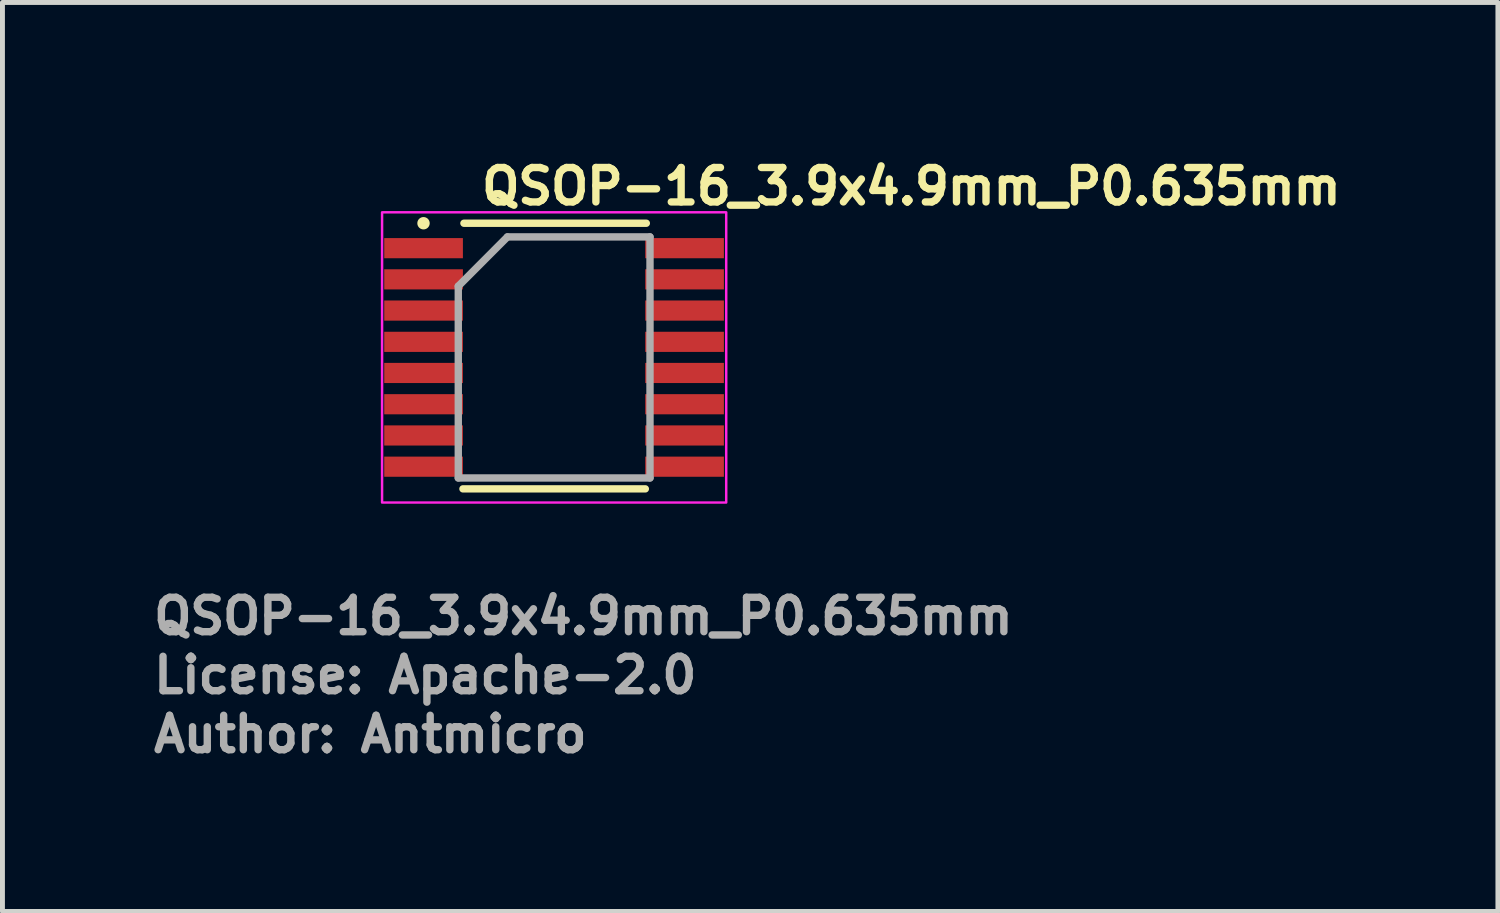
<source format=kicad_pcb>
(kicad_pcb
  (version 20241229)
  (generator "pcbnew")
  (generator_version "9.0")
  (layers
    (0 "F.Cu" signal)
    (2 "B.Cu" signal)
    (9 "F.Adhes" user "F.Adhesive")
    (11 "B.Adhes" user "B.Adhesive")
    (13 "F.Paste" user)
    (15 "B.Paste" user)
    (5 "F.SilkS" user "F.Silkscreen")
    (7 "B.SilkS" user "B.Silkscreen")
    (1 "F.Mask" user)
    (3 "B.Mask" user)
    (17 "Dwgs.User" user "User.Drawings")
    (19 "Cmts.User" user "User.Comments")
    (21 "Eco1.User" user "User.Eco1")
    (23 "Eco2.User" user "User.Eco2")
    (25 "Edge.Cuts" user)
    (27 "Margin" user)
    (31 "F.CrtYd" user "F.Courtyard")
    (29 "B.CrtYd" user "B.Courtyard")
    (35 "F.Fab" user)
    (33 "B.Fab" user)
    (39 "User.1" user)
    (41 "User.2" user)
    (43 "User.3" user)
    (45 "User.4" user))
  (footprint "QSOP-16_3.9x4.9mm_P0.635mm"
    (layer "F.Cu")
    (at 8.22 4.22)
    (property "Reference" "QSOP-16_3.9x4.9mm_P0.635mm" (at -1.55 -3.07 0) (layer "F.SilkS") (effects (font (size 0.7 0.7) (thickness 0.15)) (justify left bottom)))
    (attr smd)
    (fp_line (start -1.855 2.672) (end 1.854 2.672) (stroke (width 0.15) (type solid)) (layer "F.SilkS"))
    (fp_line (start -1.835 -2.73) (end 1.874 -2.73) (stroke (width 0.15) (type solid)) (layer "F.SilkS"))
    (fp_circle (center -2.657 -2.73) (end -2.606 -2.73) (stroke (width 0.15) (type solid)) (fill yes) (layer "F.SilkS"))
    (fp_rect (start -3.5 -2.952) (end 3.499 2.95) (stroke (width 0.05) (type solid)) (fill no) (layer "F.CrtYd"))
    (fp_line (start -1.95 -1.45) (end -0.951 -2.452) (stroke (width 0.15) (type solid)) (layer "F.Fab"))
    (fp_line (start -1.95 2.45) (end -1.95 -1.45) (stroke (width 0.15) (type solid)) (layer "F.Fab"))
    (fp_line (start -0.951 -2.452) (end 1.949 -2.452) (stroke (width 0.15) (type solid)) (layer "F.Fab"))
    (fp_line (start 1.949 -2.452) (end 1.949 2.45) (stroke (width 0.15) (type solid)) (layer "F.Fab"))
    (fp_line (start 1.949 2.45) (end -1.95 2.45) (stroke (width 0.15) (type solid)) (layer "F.Fab"))
    (fp_rect (start -3 -2.452) (end 2.999 2.45) (stroke (width 0.1) (type solid)) (fill no) (layer "User.5"))
    (fp_line (start -3 -2.348) (end -2.57 -2.348) (stroke (width 0.02) (type solid)) (layer "User.9"))
    (fp_line (start -3 -2.098) (end -3 -2.348) (stroke (width 0.02) (type solid)) (layer "User.9"))
    (fp_line (start -3 -2.098) (end -2.57 -2.098) (stroke (width 0.02) (type solid)) (layer "User.9"))
    (fp_line (start -3 -1.714) (end -2.57 -1.714) (stroke (width 0.02) (type solid)) (layer "User.9"))
    (fp_line (start -3 -1.464) (end -3 -1.714) (stroke (width 0.02) (type solid)) (layer "User.9"))
    (fp_line (start -3 -1.464) (end -2.57 -1.464) (stroke (width 0.02) (type solid)) (layer "User.9"))
    (fp_line (start -3 -1.079) (end -2.57 -1.079) (stroke (width 0.02) (type solid)) (layer "User.9"))
    (fp_line (start -3 -0.829) (end -3 -1.079) (stroke (width 0.02) (type solid)) (layer "User.9"))
    (fp_line (start -3 -0.829) (end -2.57 -0.829) (stroke (width 0.02) (type solid)) (layer "User.9"))
    (fp_line (start -3 -0.443) (end -2.57 -0.443) (stroke (width 0.02) (type solid)) (layer "User.9"))
    (fp_line (start -3 -0.194) (end -3 -0.443) (stroke (width 0.02) (type solid)) (layer "User.9"))
    (fp_line (start -3 -0.194) (end -2.57 -0.194) (stroke (width 0.02) (type solid)) (layer "User.9"))
    (fp_line (start -3 0.192) (end -2.57 0.192) (stroke (width 0.02) (type solid)) (layer "User.9"))
    (fp_line (start -3 0.441) (end -3 0.192) (stroke (width 0.02) (type solid)) (layer "User.9"))
    (fp_line (start -3 0.441) (end -2.57 0.441) (stroke (width 0.02) (type solid)) (layer "User.9"))
    (fp_line (start -3 0.827) (end -2.57 0.827) (stroke (width 0.02) (type solid)) (layer "User.9"))
    (fp_line (start -3 1.076) (end -3 0.827) (stroke (width 0.02) (type solid)) (layer "User.9"))
    (fp_line (start -3 1.076) (end -2.57 1.076) (stroke (width 0.02) (type solid)) (layer "User.9"))
    (fp_line (start -3 1.461) (end -2.57 1.461) (stroke (width 0.02) (type solid)) (layer "User.9"))
    (fp_line (start -3 1.711) (end -3 1.461) (stroke (width 0.02) (type solid)) (layer "User.9"))
    (fp_line (start -3 1.711) (end -2.57 1.711) (stroke (width 0.02) (type solid)) (layer "User.9"))
    (fp_line (start -3 2.096) (end -2.57 2.096) (stroke (width 0.02) (type solid)) (layer "User.9"))
    (fp_line (start -3 2.346) (end -3 2.096) (stroke (width 0.02) (type solid)) (layer "User.9"))
    (fp_line (start -3 2.346) (end -2.57 2.346) (stroke (width 0.02) (type solid)) (layer "User.9"))
    (fp_line (start -2.57 -2.348) (end -2.472 -2.348) (stroke (width 0.02) (type solid)) (layer "User.9"))
    (fp_line (start -2.57 -2.098) (end -2.472 -2.098) (stroke (width 0.02) (type solid)) (layer "User.9"))
    (fp_line (start -2.57 -1.714) (end -2.472 -1.714) (stroke (width 0.02) (type solid)) (layer "User.9"))
    (fp_line (start -2.57 -1.464) (end -2.472 -1.464) (stroke (width 0.02) (type solid)) (layer "User.9"))
    (fp_line (start -2.57 -1.079) (end -2.472 -1.079) (stroke (width 0.02) (type solid)) (layer "User.9"))
    (fp_line (start -2.57 -0.829) (end -2.472 -0.829) (stroke (width 0.02) (type solid)) (layer "User.9"))
    (fp_line (start -2.57 -0.443) (end -2.472 -0.443) (stroke (width 0.02) (type solid)) (layer "User.9"))
    (fp_line (start -2.57 -0.194) (end -2.472 -0.194) (stroke (width 0.02) (type solid)) (layer "User.9"))
    (fp_line (start -2.57 0.192) (end -2.472 0.192) (stroke (width 0.02) (type solid)) (layer "User.9"))
    (fp_line (start -2.57 0.441) (end -2.472 0.441) (stroke (width 0.02) (type solid)) (layer "User.9"))
    (fp_line (start -2.57 0.827) (end -2.472 0.827) (stroke (width 0.02) (type solid)) (layer "User.9"))
    (fp_line (start -2.57 1.076) (end -2.472 1.076) (stroke (width 0.02) (type solid)) (layer "User.9"))
    (fp_line (start -2.57 1.461) (end -2.472 1.461) (stroke (width 0.02) (type solid)) (layer "User.9"))
    (fp_line (start -2.57 1.711) (end -2.472 1.711) (stroke (width 0.02) (type solid)) (layer "User.9"))
    (fp_line (start -2.57 2.096) (end -2.472 2.096) (stroke (width 0.02) (type solid)) (layer "User.9"))
    (fp_line (start -2.57 2.346) (end -2.472 2.346) (stroke (width 0.02) (type solid)) (layer "User.9"))
    (fp_line (start -2.472 -2.348) (end -2.378 -2.348) (stroke (width 0.02) (type solid)) (layer "User.9"))
    (fp_line (start -2.472 -2.098) (end -2.472 -2.348) (stroke (width 0.02) (type solid)) (layer "User.9"))
    (fp_line (start -2.472 -2.098) (end -2.472 -2.348) (stroke (width 0.02) (type solid)) (layer "User.9"))
    (fp_line (start -2.472 -2.098) (end -2.378 -2.098) (stroke (width 0.02) (type solid)) (layer "User.9"))
    (fp_line (start -2.472 -1.714) (end -2.378 -1.714) (stroke (width 0.02) (type solid)) (layer "User.9"))
    (fp_line (start -2.472 -1.464) (end -2.472 -1.714) (stroke (width 0.02) (type solid)) (layer "User.9"))
    (fp_line (start -2.472 -1.464) (end -2.472 -1.714) (stroke (width 0.02) (type solid)) (layer "User.9"))
    (fp_line (start -2.472 -1.464) (end -2.378 -1.464) (stroke (width 0.02) (type solid)) (layer "User.9"))
    (fp_line (start -2.472 -1.079) (end -2.378 -1.079) (stroke (width 0.02) (type solid)) (layer "User.9"))
    (fp_line (start -2.472 -0.829) (end -2.472 -1.079) (stroke (width 0.02) (type solid)) (layer "User.9"))
    (fp_line (start -2.472 -0.829) (end -2.472 -1.079) (stroke (width 0.02) (type solid)) (layer "User.9"))
    (fp_line (start -2.472 -0.829) (end -2.378 -0.829) (stroke (width 0.02) (type solid)) (layer "User.9"))
    (fp_line (start -2.472 -0.443) (end -2.378 -0.443) (stroke (width 0.02) (type solid)) (layer "User.9"))
    (fp_line (start -2.472 -0.194) (end -2.472 -0.443) (stroke (width 0.02) (type solid)) (layer "User.9"))
    (fp_line (start -2.472 -0.194) (end -2.472 -0.443) (stroke (width 0.02) (type solid)) (layer "User.9"))
    (fp_line (start -2.472 -0.194) (end -2.378 -0.194) (stroke (width 0.02) (type solid)) (layer "User.9"))
    (fp_line (start -2.472 0.192) (end -2.378 0.192) (stroke (width 0.02) (type solid)) (layer "User.9"))
    (fp_line (start -2.472 0.441) (end -2.472 0.192) (stroke (width 0.02) (type solid)) (layer "User.9"))
    (fp_line (start -2.472 0.441) (end -2.472 0.192) (stroke (width 0.02) (type solid)) (layer "User.9"))
    (fp_line (start -2.472 0.441) (end -2.378 0.441) (stroke (width 0.02) (type solid)) (layer "User.9"))
    (fp_line (start -2.472 0.827) (end -2.378 0.827) (stroke (width 0.02) (type solid)) (layer "User.9"))
    (fp_line (start -2.472 1.076) (end -2.472 0.827) (stroke (width 0.02) (type solid)) (layer "User.9"))
    (fp_line (start -2.472 1.076) (end -2.472 0.827) (stroke (width 0.02) (type solid)) (layer "User.9"))
    (fp_line (start -2.472 1.076) (end -2.378 1.076) (stroke (width 0.02) (type solid)) (layer "User.9"))
    (fp_line (start -2.472 1.461) (end -2.378 1.461) (stroke (width 0.02) (type solid)) (layer "User.9"))
    (fp_line (start -2.472 1.711) (end -2.472 1.461) (stroke (width 0.02) (type solid)) (layer "User.9"))
    (fp_line (start -2.472 1.711) (end -2.472 1.461) (stroke (width 0.02) (type solid)) (layer "User.9"))
    (fp_line (start -2.472 1.711) (end -2.378 1.711) (stroke (width 0.02) (type solid)) (layer "User.9"))
    (fp_line (start -2.472 2.096) (end -2.378 2.096) (stroke (width 0.02) (type solid)) (layer "User.9"))
    (fp_line (start -2.472 2.346) (end -2.472 2.096) (stroke (width 0.02) (type solid)) (layer "User.9"))
    (fp_line (start -2.472 2.346) (end -2.378 2.346) (stroke (width 0.02) (type solid)) (layer "User.9"))
    (fp_line (start -2.378 -2.348) (end -2.378 -2.348) (stroke (width 0.02) (type solid)) (layer "User.9"))
    (fp_line (start -2.378 -2.348) (end -2.15 -2.348) (stroke (width 0.02) (type solid)) (layer "User.9"))
    (fp_line (start -2.378 -2.098) (end -2.378 -2.098) (stroke (width 0.02) (type solid)) (layer "User.9"))
    (fp_line (start -2.378 -2.098) (end -2.15 -2.098) (stroke (width 0.02) (type solid)) (layer "User.9"))
    (fp_line (start -2.378 -1.714) (end -2.378 -1.714) (stroke (width 0.02) (type solid)) (layer "User.9"))
    (fp_line (start -2.378 -1.714) (end -2.15 -1.714) (stroke (width 0.02) (type solid)) (layer "User.9"))
    (fp_line (start -2.378 -1.464) (end -2.378 -1.464) (stroke (width 0.02) (type solid)) (layer "User.9"))
    (fp_line (start -2.378 -1.464) (end -2.15 -1.464) (stroke (width 0.02) (type solid)) (layer "User.9"))
    (fp_line (start -2.378 -1.079) (end -2.378 -1.079) (stroke (width 0.02) (type solid)) (layer "User.9"))
    (fp_line (start -2.378 -1.079) (end -2.15 -1.079) (stroke (width 0.02) (type solid)) (layer "User.9"))
    (fp_line (start -2.378 -0.829) (end -2.378 -0.829) (stroke (width 0.02) (type solid)) (layer "User.9"))
    (fp_line (start -2.378 -0.829) (end -2.15 -0.829) (stroke (width 0.02) (type solid)) (layer "User.9"))
    (fp_line (start -2.378 -0.443) (end -2.378 -0.443) (stroke (width 0.02) (type solid)) (layer "User.9"))
    (fp_line (start -2.378 -0.443) (end -2.15 -0.443) (stroke (width 0.02) (type solid)) (layer "User.9"))
    (fp_line (start -2.378 -0.194) (end -2.378 -0.194) (stroke (width 0.02) (type solid)) (layer "User.9"))
    (fp_line (start -2.378 -0.194) (end -2.15 -0.194) (stroke (width 0.02) (type solid)) (layer "User.9"))
    (fp_line (start -2.378 0.192) (end -2.378 0.192) (stroke (width 0.02) (type solid)) (layer "User.9"))
    (fp_line (start -2.378 0.192) (end -2.15 0.192) (stroke (width 0.02) (type solid)) (layer "User.9"))
    (fp_line (start -2.378 0.441) (end -2.378 0.441) (stroke (width 0.02) (type solid)) (layer "User.9"))
    (fp_line (start -2.378 0.441) (end -2.15 0.441) (stroke (width 0.02) (type solid)) (layer "User.9"))
    (fp_line (start -2.378 0.827) (end -2.378 0.827) (stroke (width 0.02) (type solid)) (layer "User.9"))
    (fp_line (start -2.378 0.827) (end -2.15 0.827) (stroke (width 0.02) (type solid)) (layer "User.9"))
    (fp_line (start -2.378 1.076) (end -2.378 1.076) (stroke (width 0.02) (type solid)) (layer "User.9"))
    (fp_line (start -2.378 1.076) (end -2.15 1.076) (stroke (width 0.02) (type solid)) (layer "User.9"))
    (fp_line (start -2.378 1.461) (end -2.378 1.461) (stroke (width 0.02) (type solid)) (layer "User.9"))
    (fp_line (start -2.378 1.461) (end -2.15 1.461) (stroke (width 0.02) (type solid)) (layer "User.9"))
    (fp_line (start -2.378 1.711) (end -2.378 1.711) (stroke (width 0.02) (type solid)) (layer "User.9"))
    (fp_line (start -2.378 1.711) (end -2.15 1.711) (stroke (width 0.02) (type solid)) (layer "User.9"))
    (fp_line (start -2.378 2.096) (end -2.378 2.096) (stroke (width 0.02) (type solid)) (layer "User.9"))
    (fp_line (start -2.378 2.096) (end -2.15 2.096) (stroke (width 0.02) (type solid)) (layer "User.9"))
    (fp_line (start -2.378 2.346) (end -2.378 2.346) (stroke (width 0.02) (type solid)) (layer "User.9"))
    (fp_line (start -2.378 2.346) (end -2.15 2.346) (stroke (width 0.02) (type solid)) (layer "User.9"))
    (fp_line (start -2.15 -2.348) (end -1.95 -2.348) (stroke (width 0.02) (type solid)) (layer "User.9"))
    (fp_line (start -2.15 -2.098) (end -1.95 -2.098) (stroke (width 0.02) (type solid)) (layer "User.9"))
    (fp_line (start -2.15 -1.714) (end -1.95 -1.714) (stroke (width 0.02) (type solid)) (layer "User.9"))
    (fp_line (start -2.15 -1.464) (end -1.95 -1.464) (stroke (width 0.02) (type solid)) (layer "User.9"))
    (fp_line (start -2.15 -1.079) (end -1.95 -1.079) (stroke (width 0.02) (type solid)) (layer "User.9"))
    (fp_line (start -2.15 -0.829) (end -1.95 -0.829) (stroke (width 0.02) (type solid)) (layer "User.9"))
    (fp_line (start -2.15 -0.443) (end -1.95 -0.443) (stroke (width 0.02) (type solid)) (layer "User.9"))
    (fp_line (start -2.15 -0.194) (end -1.95 -0.194) (stroke (width 0.02) (type solid)) (layer "User.9"))
    (fp_line (start -2.15 0.192) (end -1.95 0.192) (stroke (width 0.02) (type solid)) (layer "User.9"))
    (fp_line (start -2.15 0.441) (end -1.95 0.441) (stroke (width 0.02) (type solid)) (layer "User.9"))
    (fp_line (start -2.15 0.827) (end -1.95 0.827) (stroke (width 0.02) (type solid)) (layer "User.9"))
    (fp_line (start -2.15 1.076) (end -1.95 1.076) (stroke (width 0.02) (type solid)) (layer "User.9"))
    (fp_line (start -2.15 1.461) (end -1.95 1.461) (stroke (width 0.02) (type solid)) (layer "User.9"))
    (fp_line (start -2.15 1.711) (end -1.95 1.711) (stroke (width 0.02) (type solid)) (layer "User.9"))
    (fp_line (start -2.15 2.096) (end -1.95 2.096) (stroke (width 0.02) (type solid)) (layer "User.9"))
    (fp_line (start -2.15 2.346) (end -1.95 2.346) (stroke (width 0.02) (type solid)) (layer "User.9"))
    (fp_line (start -1.95 -2.452) (end -1.95 -2.348) (stroke (width 0.02) (type solid)) (layer "User.9"))
    (fp_line (start -1.95 -2.452) (end -1.901 -2.4) (stroke (width 0.02) (type solid)) (layer "User.9"))
    (fp_line (start -1.95 -2.098) (end -1.95 -1.714) (stroke (width 0.02) (type solid)) (layer "User.9"))
    (fp_line (start -1.95 -1.464) (end -1.95 -1.079) (stroke (width 0.02) (type solid)) (layer "User.9"))
    (fp_line (start -1.95 -0.829) (end -1.95 -0.443) (stroke (width 0.02) (type solid)) (layer "User.9"))
    (fp_line (start -1.95 -0.194) (end -1.95 0.192) (stroke (width 0.02) (type solid)) (layer "User.9"))
    (fp_line (start -1.95 0.441) (end -1.95 0.827) (stroke (width 0.02) (type solid)) (layer "User.9"))
    (fp_line (start -1.95 1.076) (end -1.95 1.461) (stroke (width 0.02) (type solid)) (layer "User.9"))
    (fp_line (start -1.95 1.711) (end -1.95 2.096) (stroke (width 0.02) (type solid)) (layer "User.9"))
    (fp_line (start -1.95 2.346) (end -1.95 2.45) (stroke (width 0.02) (type solid)) (layer "User.9"))
    (fp_line (start -1.95 2.45) (end -1.901 2.398) (stroke (width 0.02) (type solid)) (layer "User.9"))
    (fp_line (start -1.95 2.45) (end 1.949 2.45) (stroke (width 0.02) (type solid)) (layer "User.9"))
    (fp_line (start -1.901 -2.4) (end -1.901 -2.348) (stroke (width 0.02) (type solid)) (layer "User.9"))
    (fp_line (start -1.901 -2.4) (end -1.792 -2.291) (stroke (width 0.02) (type solid)) (layer "User.9"))
    (fp_line (start -1.901 -2.348) (end -1.901 -2.098) (stroke (width 0.02) (type solid)) (layer "User.9"))
    (fp_line (start -1.901 -2.098) (end -1.901 -1.714) (stroke (width 0.02) (type solid)) (layer "User.9"))
    (fp_line (start -1.901 -1.714) (end -1.901 -1.464) (stroke (width 0.02) (type solid)) (layer "User.9"))
    (fp_line (start -1.901 -1.464) (end -1.901 -1.079) (stroke (width 0.02) (type solid)) (layer "User.9"))
    (fp_line (start -1.901 -1.079) (end -1.901 -0.829) (stroke (width 0.02) (type solid)) (layer "User.9"))
    (fp_line (start -1.901 -0.829) (end -1.901 -0.443) (stroke (width 0.02) (type solid)) (layer "User.9"))
    (fp_line (start -1.901 -0.443) (end -1.901 -0.194) (stroke (width 0.02) (type solid)) (layer "User.9"))
    (fp_line (start -1.901 -0.194) (end -1.901 0.192) (stroke (width 0.02) (type solid)) (layer "User.9"))
    (fp_line (start -1.901 0.192) (end -1.901 0.441) (stroke (width 0.02) (type solid)) (layer "User.9"))
    (fp_line (start -1.901 0.441) (end -1.901 0.827) (stroke (width 0.02) (type solid)) (layer "User.9"))
    (fp_line (start -1.901 0.827) (end -1.901 1.076) (stroke (width 0.02) (type solid)) (layer "User.9"))
    (fp_line (start -1.901 1.076) (end -1.901 1.461) (stroke (width 0.02) (type solid)) (layer "User.9"))
    (fp_line (start -1.901 1.461) (end -1.901 1.711) (stroke (width 0.02) (type solid)) (layer "User.9"))
    (fp_line (start -1.901 1.711) (end -1.901 2.096) (stroke (width 0.02) (type solid)) (layer "User.9"))
    (fp_line (start -1.901 2.096) (end -1.901 2.346) (stroke (width 0.02) (type solid)) (layer "User.9"))
    (fp_line (start -1.901 2.346) (end -1.901 2.398) (stroke (width 0.02) (type solid)) (layer "User.9"))
    (fp_line (start -1.901 2.398) (end -1.792 2.289) (stroke (width 0.02) (type solid)) (layer "User.9"))
    (fp_line (start -1.901 2.398) (end 1.898 2.398) (stroke (width 0.02) (type solid)) (layer "User.9"))
    (fp_line (start -1.792 -2.291) (end -1.792 2.289) (stroke (width 0.02) (type solid)) (layer "User.9"))
    (fp_line (start -1.792 2.289) (end 1.789 2.289) (stroke (width 0.02) (type solid)) (layer "User.9"))
    (fp_line (start -1.341 -1.617) (end -1.341 -1.605) (stroke (width 0.02) (type solid)) (layer "User.9"))
    (fp_line (start -1.341 -1.605) (end -1.341 -1.591) (stroke (width 0.02) (type solid)) (layer "User.9"))
    (fp_line (start -1.341 -1.591) (end -1.341 -1.591) (stroke (width 0.02) (type solid)) (layer "User.9"))
    (fp_line (start -1.341 -1.591) (end -1.341 -1.579) (stroke (width 0.02) (type solid)) (layer "User.9"))
    (fp_line (start -1.341 -1.579) (end -1.341 -1.565) (stroke (width 0.02) (type solid)) (layer "User.9"))
    (fp_line (start -1.341 -1.565) (end -1.339 -1.553) (stroke (width 0.02) (type solid)) (layer "User.9"))
    (fp_line (start -1.339 -1.629) (end -1.341 -1.617) (stroke (width 0.02) (type solid)) (layer "User.9"))
    (fp_line (start -1.339 -1.553) (end -1.337 -1.541) (stroke (width 0.02) (type solid)) (layer "User.9"))
    (fp_line (start -1.337 -1.641) (end -1.339 -1.629) (stroke (width 0.02) (type solid)) (layer "User.9"))
    (fp_line (start -1.337 -1.541) (end -1.333 -1.53) (stroke (width 0.02) (type solid)) (layer "User.9"))
    (fp_line (start -1.333 -1.655) (end -1.337 -1.641) (stroke (width 0.02) (type solid)) (layer "User.9"))
    (fp_line (start -1.333 -1.53) (end -1.331 -1.518) (stroke (width 0.02) (type solid)) (layer "User.9"))
    (fp_line (start -1.331 -1.666) (end -1.333 -1.655) (stroke (width 0.02) (type solid)) (layer "User.9"))
    (fp_line (start -1.331 -1.518) (end -1.327 -1.506) (stroke (width 0.02) (type solid)) (layer "User.9"))
    (fp_line (start -1.327 -1.678) (end -1.331 -1.666) (stroke (width 0.02) (type solid)) (layer "User.9"))
    (fp_line (start -1.327 -1.506) (end -1.321 -1.494) (stroke (width 0.02) (type solid)) (layer "User.9"))
    (fp_line (start -1.321 -1.688) (end -1.327 -1.678) (stroke (width 0.02) (type solid)) (layer "User.9"))
    (fp_line (start -1.321 -1.494) (end -1.317 -1.484) (stroke (width 0.02) (type solid)) (layer "User.9"))
    (fp_line (start -1.317 -1.7) (end -1.321 -1.688) (stroke (width 0.02) (type solid)) (layer "User.9"))
    (fp_line (start -1.317 -1.484) (end -1.311 -1.472) (stroke (width 0.02) (type solid)) (layer "User.9"))
    (fp_line (start -1.311 -1.71) (end -1.317 -1.7) (stroke (width 0.02) (type solid)) (layer "User.9"))
    (fp_line (start -1.311 -1.472) (end -1.305 -1.462) (stroke (width 0.02) (type solid)) (layer "User.9"))
    (fp_line (start -1.305 -1.722) (end -1.311 -1.71) (stroke (width 0.02) (type solid)) (layer "User.9"))
    (fp_line (start -1.305 -1.462) (end -1.299 -1.452) (stroke (width 0.02) (type solid)) (layer "User.9"))
    (fp_line (start -1.299 -1.732) (end -1.305 -1.722) (stroke (width 0.02) (type solid)) (layer "User.9"))
    (fp_line (start -1.299 -1.452) (end -1.291 -1.442) (stroke (width 0.02) (type solid)) (layer "User.9"))
    (fp_line (start -1.291 -1.742) (end -1.299 -1.732) (stroke (width 0.02) (type solid)) (layer "User.9"))
    (fp_line (start -1.291 -1.442) (end -1.285 -1.432) (stroke (width 0.02) (type solid)) (layer "User.9"))
    (fp_line (start -1.285 -1.75) (end -1.291 -1.742) (stroke (width 0.02) (type solid)) (layer "User.9"))
    (fp_line (start -1.285 -1.432) (end -1.276 -1.424) (stroke (width 0.02) (type solid)) (layer "User.9"))
    (fp_line (start -1.276 -1.76) (end -1.285 -1.75) (stroke (width 0.02) (type solid)) (layer "User.9"))
    (fp_line (start -1.276 -1.424) (end -1.268 -1.414) (stroke (width 0.02) (type solid)) (layer "User.9"))
    (fp_line (start -1.268 -1.768) (end -1.276 -1.76) (stroke (width 0.02) (type solid)) (layer "User.9"))
    (fp_line (start -1.268 -1.414) (end -1.26 -1.407) (stroke (width 0.02) (type solid)) (layer "User.9"))
    (fp_line (start -1.26 -1.776) (end -1.268 -1.768) (stroke (width 0.02) (type solid)) (layer "User.9"))
    (fp_line (start -1.26 -1.407) (end -1.25 -1.399) (stroke (width 0.02) (type solid)) (layer "User.9"))
    (fp_line (start -1.25 -1.784) (end -1.26 -1.776) (stroke (width 0.02) (type solid)) (layer "User.9"))
    (fp_line (start -1.25 -1.399) (end -1.242 -1.391) (stroke (width 0.02) (type solid)) (layer "User.9"))
    (fp_line (start -1.242 -1.792) (end -1.25 -1.784) (stroke (width 0.02) (type solid)) (layer "User.9"))
    (fp_line (start -1.242 -1.391) (end -1.232 -1.385) (stroke (width 0.02) (type solid)) (layer "User.9"))
    (fp_line (start -1.232 -1.799) (end -1.242 -1.792) (stroke (width 0.02) (type solid)) (layer "User.9"))
    (fp_line (start -1.232 -1.385) (end -1.222 -1.377) (stroke (width 0.02) (type solid)) (layer "User.9"))
    (fp_line (start -1.222 -1.805) (end -1.232 -1.799) (stroke (width 0.02) (type solid)) (layer "User.9"))
    (fp_line (start -1.222 -1.377) (end -1.21 -1.371) (stroke (width 0.02) (type solid)) (layer "User.9"))
    (fp_line (start -1.21 -1.811) (end -1.222 -1.805) (stroke (width 0.02) (type solid)) (layer "User.9"))
    (fp_line (start -1.21 -1.371) (end -1.2 -1.367) (stroke (width 0.02) (type solid)) (layer "User.9"))
    (fp_line (start -1.2 -1.817) (end -1.21 -1.811) (stroke (width 0.02) (type solid)) (layer "User.9"))
    (fp_line (start -1.2 -1.367) (end -1.188 -1.361) (stroke (width 0.02) (type solid)) (layer "User.9"))
    (fp_line (start -1.188 -1.821) (end -1.2 -1.817) (stroke (width 0.02) (type solid)) (layer "User.9"))
    (fp_line (start -1.188 -1.361) (end -1.178 -1.357) (stroke (width 0.02) (type solid)) (layer "User.9"))
    (fp_line (start -1.178 -1.827) (end -1.188 -1.821) (stroke (width 0.02) (type solid)) (layer "User.9"))
    (fp_line (start -1.178 -1.357) (end -1.166 -1.353) (stroke (width 0.02) (type solid)) (layer "User.9"))
    (fp_line (start -1.166 -1.831) (end -1.178 -1.827) (stroke (width 0.02) (type solid)) (layer "User.9"))
    (fp_line (start -1.166 -1.353) (end -1.154 -1.349) (stroke (width 0.02) (type solid)) (layer "User.9"))
    (fp_line (start -1.154 -1.833) (end -1.166 -1.831) (stroke (width 0.02) (type solid)) (layer "User.9"))
    (fp_line (start -1.154 -1.349) (end -1.141 -1.347) (stroke (width 0.02) (type solid)) (layer "User.9"))
    (fp_line (start -1.141 -1.837) (end -1.154 -1.833) (stroke (width 0.02) (type solid)) (layer "User.9"))
    (fp_line (start -1.141 -1.347) (end -1.129 -1.345) (stroke (width 0.02) (type solid)) (layer "User.9"))
    (fp_line (start -1.129 -1.839) (end -1.141 -1.837) (stroke (width 0.02) (type solid)) (layer "User.9"))
    (fp_line (start -1.129 -1.345) (end -1.117 -1.343) (stroke (width 0.02) (type solid)) (layer "User.9"))
    (fp_line (start -1.117 -1.841) (end -1.129 -1.839) (stroke (width 0.02) (type solid)) (layer "User.9"))
    (fp_line (start -1.117 -1.343) (end -1.105 -1.341) (stroke (width 0.02) (type solid)) (layer "User.9"))
    (fp_line (start -1.105 -1.841) (end -1.117 -1.841) (stroke (width 0.02) (type solid)) (layer "User.9"))
    (fp_line (start -1.105 -1.341) (end -1.091 -1.341) (stroke (width 0.02) (type solid)) (layer "User.9"))
    (fp_line (start -1.091 -1.841) (end -1.105 -1.841) (stroke (width 0.02) (type solid)) (layer "User.9"))
    (fp_line (start -1.091 -1.841) (end -1.091 -1.841) (stroke (width 0.02) (type solid)) (layer "User.9"))
    (fp_line (start -1.091 -1.341) (end -1.091 -1.341) (stroke (width 0.02) (type solid)) (layer "User.9"))
    (fp_line (start -1.091 -1.341) (end -1.079 -1.341) (stroke (width 0.02) (type solid)) (layer "User.9"))
    (fp_line (start -1.079 -1.841) (end -1.091 -1.841) (stroke (width 0.02) (type solid)) (layer "User.9"))
    (fp_line (start -1.079 -1.341) (end -1.065 -1.343) (stroke (width 0.02) (type solid)) (layer "User.9"))
    (fp_line (start -1.065 -1.841) (end -1.079 -1.841) (stroke (width 0.02) (type solid)) (layer "User.9"))
    (fp_line (start -1.065 -1.343) (end -1.053 -1.345) (stroke (width 0.02) (type solid)) (layer "User.9"))
    (fp_line (start -1.053 -1.839) (end -1.065 -1.841) (stroke (width 0.02) (type solid)) (layer "User.9"))
    (fp_line (start -1.053 -1.345) (end -1.041 -1.347) (stroke (width 0.02) (type solid)) (layer "User.9"))
    (fp_line (start -1.041 -1.837) (end -1.053 -1.839) (stroke (width 0.02) (type solid)) (layer "User.9"))
    (fp_line (start -1.041 -1.347) (end -1.029 -1.349) (stroke (width 0.02) (type solid)) (layer "User.9"))
    (fp_line (start -1.029 -1.833) (end -1.041 -1.837) (stroke (width 0.02) (type solid)) (layer "User.9"))
    (fp_line (start -1.029 -1.349) (end -1.018 -1.353) (stroke (width 0.02) (type solid)) (layer "User.9"))
    (fp_line (start -1.018 -1.831) (end -1.029 -1.833) (stroke (width 0.02) (type solid)) (layer "User.9"))
    (fp_line (start -1.018 -1.353) (end -1.006 -1.357) (stroke (width 0.02) (type solid)) (layer "User.9"))
    (fp_line (start -1.006 -1.827) (end -1.018 -1.831) (stroke (width 0.02) (type solid)) (layer "User.9"))
    (fp_line (start -1.006 -1.357) (end -0.994 -1.361) (stroke (width 0.02) (type solid)) (layer "User.9"))
    (fp_line (start -0.994 -1.821) (end -1.006 -1.827) (stroke (width 0.02) (type solid)) (layer "User.9"))
    (fp_line (start -0.994 -1.361) (end -0.983 -1.367) (stroke (width 0.02) (type solid)) (layer "User.9"))
    (fp_line (start -0.983 -1.817) (end -0.994 -1.821) (stroke (width 0.02) (type solid)) (layer "User.9"))
    (fp_line (start -0.983 -1.367) (end -0.972 -1.371) (stroke (width 0.02) (type solid)) (layer "User.9"))
    (fp_line (start -0.972 -1.811) (end -0.983 -1.817) (stroke (width 0.02) (type solid)) (layer "User.9"))
    (fp_line (start -0.972 -1.371) (end -0.961 -1.377) (stroke (width 0.02) (type solid)) (layer "User.9"))
    (fp_line (start -0.961 -1.805) (end -0.972 -1.811) (stroke (width 0.02) (type solid)) (layer "User.9"))
    (fp_line (start -0.961 -1.377) (end -0.952 -1.385) (stroke (width 0.02) (type solid)) (layer "User.9"))
    (fp_line (start -0.952 -1.799) (end -0.961 -1.805) (stroke (width 0.02) (type solid)) (layer "User.9"))
    (fp_line (start -0.952 -1.385) (end -0.942 -1.391) (stroke (width 0.02) (type solid)) (layer "User.9"))
    (fp_line (start -0.942 -1.792) (end -0.952 -1.799) (stroke (width 0.02) (type solid)) (layer "User.9"))
    (fp_line (start -0.942 -1.391) (end -0.933 -1.399) (stroke (width 0.02) (type solid)) (layer "User.9"))
    (fp_line (start -0.933 -1.784) (end -0.942 -1.792) (stroke (width 0.02) (type solid)) (layer "User.9"))
    (fp_line (start -0.933 -1.399) (end -0.924 -1.407) (stroke (width 0.02) (type solid)) (layer "User.9"))
    (fp_line (start -0.924 -1.776) (end -0.933 -1.784) (stroke (width 0.02) (type solid)) (layer "User.9"))
    (fp_line (start -0.924 -1.407) (end -0.915 -1.414) (stroke (width 0.02) (type solid)) (layer "User.9"))
    (fp_line (start -0.915 -1.768) (end -0.924 -1.776) (stroke (width 0.02) (type solid)) (layer "User.9"))
    (fp_line (start -0.915 -1.414) (end -0.907 -1.424) (stroke (width 0.02) (type solid)) (layer "User.9"))
    (fp_line (start -0.907 -1.76) (end -0.915 -1.768) (stroke (width 0.02) (type solid)) (layer "User.9"))
    (fp_line (start -0.907 -1.424) (end -0.899 -1.432) (stroke (width 0.02) (type solid)) (layer "User.9"))
    (fp_line (start -0.899 -1.75) (end -0.907 -1.76) (stroke (width 0.02) (type solid)) (layer "User.9"))
    (fp_line (start -0.899 -1.432) (end -0.891 -1.442) (stroke (width 0.02) (type solid)) (layer "User.9"))
    (fp_line (start -0.891 -1.742) (end -0.899 -1.75) (stroke (width 0.02) (type solid)) (layer "User.9"))
    (fp_line (start -0.891 -1.442) (end -0.884 -1.452) (stroke (width 0.02) (type solid)) (layer "User.9"))
    (fp_line (start -0.884 -1.732) (end -0.891 -1.742) (stroke (width 0.02) (type solid)) (layer "User.9"))
    (fp_line (start -0.884 -1.452) (end -0.877 -1.462) (stroke (width 0.02) (type solid)) (layer "User.9"))
    (fp_line (start -0.877 -1.722) (end -0.884 -1.732) (stroke (width 0.02) (type solid)) (layer "User.9"))
    (fp_line (start -0.877 -1.462) (end -0.871 -1.472) (stroke (width 0.02) (type solid)) (layer "User.9"))
    (fp_line (start -0.871 -1.71) (end -0.877 -1.722) (stroke (width 0.02) (type solid)) (layer "User.9"))
    (fp_line (start -0.871 -1.472) (end -0.866 -1.484) (stroke (width 0.02) (type solid)) (layer "User.9"))
    (fp_line (start -0.866 -1.7) (end -0.871 -1.71) (stroke (width 0.02) (type solid)) (layer "User.9"))
    (fp_line (start -0.866 -1.484) (end -0.861 -1.494) (stroke (width 0.02) (type solid)) (layer "User.9"))
    (fp_line (start -0.861 -1.688) (end -0.866 -1.7) (stroke (width 0.02) (type solid)) (layer "User.9"))
    (fp_line (start -0.861 -1.494) (end -0.856 -1.506) (stroke (width 0.02) (type solid)) (layer "User.9"))
    (fp_line (start -0.856 -1.678) (end -0.861 -1.688) (stroke (width 0.02) (type solid)) (layer "User.9"))
    (fp_line (start -0.856 -1.506) (end -0.852 -1.518) (stroke (width 0.02) (type solid)) (layer "User.9"))
    (fp_line (start -0.852 -1.666) (end -0.856 -1.678) (stroke (width 0.02) (type solid)) (layer "User.9"))
    (fp_line (start -0.852 -1.518) (end -0.849 -1.53) (stroke (width 0.02) (type solid)) (layer "User.9"))
    (fp_line (start -0.849 -1.655) (end -0.852 -1.666) (stroke (width 0.02) (type solid)) (layer "User.9"))
    (fp_line (start -0.849 -1.53) (end -0.846 -1.541) (stroke (width 0.02) (type solid)) (layer "User.9"))
    (fp_line (start -0.846 -1.641) (end -0.849 -1.655) (stroke (width 0.02) (type solid)) (layer "User.9"))
    (fp_line (start -0.846 -1.541) (end -0.844 -1.553) (stroke (width 0.02) (type solid)) (layer "User.9"))
    (fp_line (start -0.844 -1.629) (end -0.846 -1.641) (stroke (width 0.02) (type solid)) (layer "User.9"))
    (fp_line (start -0.844 -1.553) (end -0.842 -1.565) (stroke (width 0.02) (type solid)) (layer "User.9"))
    (fp_line (start -0.842 -1.617) (end -0.844 -1.629) (stroke (width 0.02) (type solid)) (layer "User.9"))
    (fp_line (start -0.842 -1.565) (end -0.841 -1.579) (stroke (width 0.02) (type solid)) (layer "User.9"))
    (fp_line (start -0.841 -1.605) (end -0.842 -1.617) (stroke (width 0.02) (type solid)) (layer "User.9"))
    (fp_line (start -0.841 -1.591) (end -0.841 -1.605) (stroke (width 0.02) (type solid)) (layer "User.9"))
    (fp_line (start -0.841 -1.591) (end -0.841 -1.591) (stroke (width 0.02) (type solid)) (layer "User.9"))
    (fp_line (start -0.841 -1.591) (end -0.841 -1.591) (stroke (width 0.02) (type solid)) (layer "User.9"))
    (fp_line (start -0.841 -1.579) (end -0.841 -1.591) (stroke (width 0.02) (type solid)) (layer "User.9"))
    (fp_line (start 1.789 -2.291) (end -1.792 -2.291) (stroke (width 0.02) (type solid)) (layer "User.9"))
    (fp_line (start 1.789 2.289) (end 1.789 -2.291) (stroke (width 0.02) (type solid)) (layer "User.9"))
    (fp_line (start 1.898 -2.4) (end -1.901 -2.4) (stroke (width 0.02) (type solid)) (layer "User.9"))
    (fp_line (start 1.898 -2.4) (end 1.789 -2.291) (stroke (width 0.02) (type solid)) (layer "User.9"))
    (fp_line (start 1.898 -2.348) (end 1.898 -2.4) (stroke (width 0.02) (type solid)) (layer "User.9"))
    (fp_line (start 1.898 -2.098) (end 1.898 -2.348) (stroke (width 0.02) (type solid)) (layer "User.9"))
    (fp_line (start 1.898 -1.714) (end 1.898 -2.098) (stroke (width 0.02) (type solid)) (layer "User.9"))
    (fp_line (start 1.898 -1.464) (end 1.898 -1.714) (stroke (width 0.02) (type solid)) (layer "User.9"))
    (fp_line (start 1.898 -1.079) (end 1.898 -1.464) (stroke (width 0.02) (type solid)) (layer "User.9"))
    (fp_line (start 1.898 -0.829) (end 1.898 -1.079) (stroke (width 0.02) (type solid)) (layer "User.9"))
    (fp_line (start 1.898 -0.443) (end 1.898 -0.829) (stroke (width 0.02) (type solid)) (layer "User.9"))
    (fp_line (start 1.898 -0.194) (end 1.898 -0.443) (stroke (width 0.02) (type solid)) (layer "User.9"))
    (fp_line (start 1.898 0.192) (end 1.898 -0.194) (stroke (width 0.02) (type solid)) (layer "User.9"))
    (fp_line (start 1.898 0.441) (end 1.898 0.192) (stroke (width 0.02) (type solid)) (layer "User.9"))
    (fp_line (start 1.898 0.827) (end 1.898 0.441) (stroke (width 0.02) (type solid)) (layer "User.9"))
    (fp_line (start 1.898 1.076) (end 1.898 0.827) (stroke (width 0.02) (type solid)) (layer "User.9"))
    (fp_line (start 1.898 1.461) (end 1.898 1.076) (stroke (width 0.02) (type solid)) (layer "User.9"))
    (fp_line (start 1.898 1.711) (end 1.898 1.461) (stroke (width 0.02) (type solid)) (layer "User.9"))
    (fp_line (start 1.898 2.096) (end 1.898 1.711) (stroke (width 0.02) (type solid)) (layer "User.9"))
    (fp_line (start 1.898 2.346) (end 1.898 2.096) (stroke (width 0.02) (type solid)) (layer "User.9"))
    (fp_line (start 1.898 2.398) (end 1.789 2.289) (stroke (width 0.02) (type solid)) (layer "User.9"))
    (fp_line (start 1.898 2.398) (end 1.898 2.346) (stroke (width 0.02) (type solid)) (layer "User.9"))
    (fp_line (start 1.949 -2.452) (end -1.95 -2.452) (stroke (width 0.02) (type solid)) (layer "User.9"))
    (fp_line (start 1.949 -2.452) (end 1.898 -2.4) (stroke (width 0.02) (type solid)) (layer "User.9"))
    (fp_line (start 1.949 -2.348) (end 1.949 -2.452) (stroke (width 0.02) (type solid)) (layer "User.9"))
    (fp_line (start 1.949 -1.714) (end 1.949 -2.098) (stroke (width 0.02) (type solid)) (layer "User.9"))
    (fp_line (start 1.949 -1.079) (end 1.949 -1.464) (stroke (width 0.02) (type solid)) (layer "User.9"))
    (fp_line (start 1.949 -0.443) (end 1.949 -0.829) (stroke (width 0.02) (type solid)) (layer "User.9"))
    (fp_line (start 1.949 0.192) (end 1.949 -0.194) (stroke (width 0.02) (type solid)) (layer "User.9"))
    (fp_line (start 1.949 0.827) (end 1.949 0.441) (stroke (width 0.02) (type solid)) (layer "User.9"))
    (fp_line (start 1.949 1.461) (end 1.949 1.076) (stroke (width 0.02) (type solid)) (layer "User.9"))
    (fp_line (start 1.949 2.096) (end 1.949 1.711) (stroke (width 0.02) (type solid)) (layer "User.9"))
    (fp_line (start 1.949 2.45) (end 1.898 2.398) (stroke (width 0.02) (type solid)) (layer "User.9"))
    (fp_line (start 1.949 2.45) (end 1.949 2.346) (stroke (width 0.02) (type solid)) (layer "User.9"))
    (fp_line (start 2.148 -2.348) (end 1.949 -2.348) (stroke (width 0.02) (type solid)) (layer "User.9"))
    (fp_line (start 2.148 -2.098) (end 1.949 -2.098) (stroke (width 0.02) (type solid)) (layer "User.9"))
    (fp_line (start 2.148 -1.714) (end 1.949 -1.714) (stroke (width 0.02) (type solid)) (layer "User.9"))
    (fp_line (start 2.148 -1.464) (end 1.949 -1.464) (stroke (width 0.02) (type solid)) (layer "User.9"))
    (fp_line (start 2.148 -1.079) (end 1.949 -1.079) (stroke (width 0.02) (type solid)) (layer "User.9"))
    (fp_line (start 2.148 -0.829) (end 1.949 -0.829) (stroke (width 0.02) (type solid)) (layer "User.9"))
    (fp_line (start 2.148 -0.443) (end 1.949 -0.443) (stroke (width 0.02) (type solid)) (layer "User.9"))
    (fp_line (start 2.148 -0.194) (end 1.949 -0.194) (stroke (width 0.02) (type solid)) (layer "User.9"))
    (fp_line (start 2.148 0.192) (end 1.949 0.192) (stroke (width 0.02) (type solid)) (layer "User.9"))
    (fp_line (start 2.148 0.441) (end 1.949 0.441) (stroke (width 0.02) (type solid)) (layer "User.9"))
    (fp_line (start 2.148 0.827) (end 1.949 0.827) (stroke (width 0.02) (type solid)) (layer "User.9"))
    (fp_line (start 2.148 1.076) (end 1.949 1.076) (stroke (width 0.02) (type solid)) (layer "User.9"))
    (fp_line (start 2.148 1.461) (end 1.949 1.461) (stroke (width 0.02) (type solid)) (layer "User.9"))
    (fp_line (start 2.148 1.711) (end 1.949 1.711) (stroke (width 0.02) (type solid)) (layer "User.9"))
    (fp_line (start 2.148 2.096) (end 1.949 2.096) (stroke (width 0.02) (type solid)) (layer "User.9"))
    (fp_line (start 2.148 2.346) (end 1.949 2.346) (stroke (width 0.02) (type solid)) (layer "User.9"))
    (fp_line (start 2.375 -2.348) (end 2.148 -2.348) (stroke (width 0.02) (type solid)) (layer "User.9"))
    (fp_line (start 2.375 -2.348) (end 2.375 -2.348) (stroke (width 0.02) (type solid)) (layer "User.9"))
    (fp_line (start 2.375 -2.098) (end 2.148 -2.098) (stroke (width 0.02) (type solid)) (layer "User.9"))
    (fp_line (start 2.375 -2.098) (end 2.375 -2.098) (stroke (width 0.02) (type solid)) (layer "User.9"))
    (fp_line (start 2.375 -1.714) (end 2.148 -1.714) (stroke (width 0.02) (type solid)) (layer "User.9"))
    (fp_line (start 2.375 -1.714) (end 2.375 -1.714) (stroke (width 0.02) (type solid)) (layer "User.9"))
    (fp_line (start 2.375 -1.464) (end 2.148 -1.464) (stroke (width 0.02) (type solid)) (layer "User.9"))
    (fp_line (start 2.375 -1.464) (end 2.375 -1.464) (stroke (width 0.02) (type solid)) (layer "User.9"))
    (fp_line (start 2.375 -1.079) (end 2.148 -1.079) (stroke (width 0.02) (type solid)) (layer "User.9"))
    (fp_line (start 2.375 -1.079) (end 2.375 -1.079) (stroke (width 0.02) (type solid)) (layer "User.9"))
    (fp_line (start 2.375 -0.829) (end 2.148 -0.829) (stroke (width 0.02) (type solid)) (layer "User.9"))
    (fp_line (start 2.375 -0.829) (end 2.375 -0.829) (stroke (width 0.02) (type solid)) (layer "User.9"))
    (fp_line (start 2.375 -0.443) (end 2.148 -0.443) (stroke (width 0.02) (type solid)) (layer "User.9"))
    (fp_line (start 2.375 -0.443) (end 2.375 -0.443) (stroke (width 0.02) (type solid)) (layer "User.9"))
    (fp_line (start 2.375 -0.194) (end 2.148 -0.194) (stroke (width 0.02) (type solid)) (layer "User.9"))
    (fp_line (start 2.375 -0.194) (end 2.375 -0.194) (stroke (width 0.02) (type solid)) (layer "User.9"))
    (fp_line (start 2.375 0.192) (end 2.148 0.192) (stroke (width 0.02) (type solid)) (layer "User.9"))
    (fp_line (start 2.375 0.192) (end 2.375 0.192) (stroke (width 0.02) (type solid)) (layer "User.9"))
    (fp_line (start 2.375 0.441) (end 2.148 0.441) (stroke (width 0.02) (type solid)) (layer "User.9"))
    (fp_line (start 2.375 0.441) (end 2.375 0.441) (stroke (width 0.02) (type solid)) (layer "User.9"))
    (fp_line (start 2.375 0.827) (end 2.148 0.827) (stroke (width 0.02) (type solid)) (layer "User.9"))
    (fp_line (start 2.375 0.827) (end 2.375 0.827) (stroke (width 0.02) (type solid)) (layer "User.9"))
    (fp_line (start 2.375 1.076) (end 2.148 1.076) (stroke (width 0.02) (type solid)) (layer "User.9"))
    (fp_line (start 2.375 1.076) (end 2.375 1.076) (stroke (width 0.02) (type solid)) (layer "User.9"))
    (fp_line (start 2.375 1.461) (end 2.148 1.461) (stroke (width 0.02) (type solid)) (layer "User.9"))
    (fp_line (start 2.375 1.461) (end 2.375 1.461) (stroke (width 0.02) (type solid)) (layer "User.9"))
    (fp_line (start 2.375 1.711) (end 2.148 1.711) (stroke (width 0.02) (type solid)) (layer "User.9"))
    (fp_line (start 2.375 1.711) (end 2.375 1.711) (stroke (width 0.02) (type solid)) (layer "User.9"))
    (fp_line (start 2.375 2.096) (end 2.148 2.096) (stroke (width 0.02) (type solid)) (layer "User.9"))
    (fp_line (start 2.375 2.096) (end 2.375 2.096) (stroke (width 0.02) (type solid)) (layer "User.9"))
    (fp_line (start 2.375 2.346) (end 2.148 2.346) (stroke (width 0.02) (type solid)) (layer "User.9"))
    (fp_line (start 2.375 2.346) (end 2.375 2.346) (stroke (width 0.02) (type solid)) (layer "User.9"))
    (fp_line (start 2.47 -2.348) (end 2.375 -2.348) (stroke (width 0.02) (type solid)) (layer "User.9"))
    (fp_line (start 2.47 -2.348) (end 2.47 -2.098) (stroke (width 0.02) (type solid)) (layer "User.9"))
    (fp_line (start 2.47 -2.348) (end 2.47 -2.098) (stroke (width 0.02) (type solid)) (layer "User.9"))
    (fp_line (start 2.47 -2.098) (end 2.375 -2.098) (stroke (width 0.02) (type solid)) (layer "User.9"))
    (fp_line (start 2.47 -1.714) (end 2.375 -1.714) (stroke (width 0.02) (type solid)) (layer "User.9"))
    (fp_line (start 2.47 -1.714) (end 2.47 -1.464) (stroke (width 0.02) (type solid)) (layer "User.9"))
    (fp_line (start 2.47 -1.714) (end 2.47 -1.464) (stroke (width 0.02) (type solid)) (layer "User.9"))
    (fp_line (start 2.47 -1.464) (end 2.375 -1.464) (stroke (width 0.02) (type solid)) (layer "User.9"))
    (fp_line (start 2.47 -1.079) (end 2.375 -1.079) (stroke (width 0.02) (type solid)) (layer "User.9"))
    (fp_line (start 2.47 -1.079) (end 2.47 -0.829) (stroke (width 0.02) (type solid)) (layer "User.9"))
    (fp_line (start 2.47 -1.079) (end 2.47 -0.829) (stroke (width 0.02) (type solid)) (layer "User.9"))
    (fp_line (start 2.47 -0.829) (end 2.375 -0.829) (stroke (width 0.02) (type solid)) (layer "User.9"))
    (fp_line (start 2.47 -0.443) (end 2.375 -0.443) (stroke (width 0.02) (type solid)) (layer "User.9"))
    (fp_line (start 2.47 -0.443) (end 2.47 -0.194) (stroke (width 0.02) (type solid)) (layer "User.9"))
    (fp_line (start 2.47 -0.443) (end 2.47 -0.194) (stroke (width 0.02) (type solid)) (layer "User.9"))
    (fp_line (start 2.47 -0.194) (end 2.375 -0.194) (stroke (width 0.02) (type solid)) (layer "User.9"))
    (fp_line (start 2.47 0.192) (end 2.375 0.192) (stroke (width 0.02) (type solid)) (layer "User.9"))
    (fp_line (start 2.47 0.192) (end 2.47 0.441) (stroke (width 0.02) (type solid)) (layer "User.9"))
    (fp_line (start 2.47 0.192) (end 2.47 0.441) (stroke (width 0.02) (type solid)) (layer "User.9"))
    (fp_line (start 2.47 0.441) (end 2.375 0.441) (stroke (width 0.02) (type solid)) (layer "User.9"))
    (fp_line (start 2.47 0.827) (end 2.375 0.827) (stroke (width 0.02) (type solid)) (layer "User.9"))
    (fp_line (start 2.47 0.827) (end 2.47 1.076) (stroke (width 0.02) (type solid)) (layer "User.9"))
    (fp_line (start 2.47 0.827) (end 2.47 1.076) (stroke (width 0.02) (type solid)) (layer "User.9"))
    (fp_line (start 2.47 1.076) (end 2.375 1.076) (stroke (width 0.02) (type solid)) (layer "User.9"))
    (fp_line (start 2.47 1.461) (end 2.375 1.461) (stroke (width 0.02) (type solid)) (layer "User.9"))
    (fp_line (start 2.47 1.461) (end 2.47 1.711) (stroke (width 0.02) (type solid)) (layer "User.9"))
    (fp_line (start 2.47 1.461) (end 2.47 1.711) (stroke (width 0.02) (type solid)) (layer "User.9"))
    (fp_line (start 2.47 1.711) (end 2.375 1.711) (stroke (width 0.02) (type solid)) (layer "User.9"))
    (fp_line (start 2.47 2.096) (end 2.375 2.096) (stroke (width 0.02) (type solid)) (layer "User.9"))
    (fp_line (start 2.47 2.096) (end 2.47 2.346) (stroke (width 0.02) (type solid)) (layer "User.9"))
    (fp_line (start 2.47 2.096) (end 2.47 2.346) (stroke (width 0.02) (type solid)) (layer "User.9"))
    (fp_line (start 2.47 2.346) (end 2.375 2.346) (stroke (width 0.02) (type solid)) (layer "User.9"))
    (fp_line (start 2.568 -2.348) (end 2.47 -2.348) (stroke (width 0.02) (type solid)) (layer "User.9"))
    (fp_line (start 2.568 -2.098) (end 2.47 -2.098) (stroke (width 0.02) (type solid)) (layer "User.9"))
    (fp_line (start 2.568 -1.714) (end 2.47 -1.714) (stroke (width 0.02) (type solid)) (layer "User.9"))
    (fp_line (start 2.568 -1.464) (end 2.47 -1.464) (stroke (width 0.02) (type solid)) (layer "User.9"))
    (fp_line (start 2.568 -1.079) (end 2.47 -1.079) (stroke (width 0.02) (type solid)) (layer "User.9"))
    (fp_line (start 2.568 -0.829) (end 2.47 -0.829) (stroke (width 0.02) (type solid)) (layer "User.9"))
    (fp_line (start 2.568 -0.443) (end 2.47 -0.443) (stroke (width 0.02) (type solid)) (layer "User.9"))
    (fp_line (start 2.568 -0.194) (end 2.47 -0.194) (stroke (width 0.02) (type solid)) (layer "User.9"))
    (fp_line (start 2.568 0.192) (end 2.47 0.192) (stroke (width 0.02) (type solid)) (layer "User.9"))
    (fp_line (start 2.568 0.441) (end 2.47 0.441) (stroke (width 0.02) (type solid)) (layer "User.9"))
    (fp_line (start 2.568 0.827) (end 2.47 0.827) (stroke (width 0.02) (type solid)) (layer "User.9"))
    (fp_line (start 2.568 1.076) (end 2.47 1.076) (stroke (width 0.02) (type solid)) (layer "User.9"))
    (fp_line (start 2.568 1.461) (end 2.47 1.461) (stroke (width 0.02) (type solid)) (layer "User.9"))
    (fp_line (start 2.568 1.711) (end 2.47 1.711) (stroke (width 0.02) (type solid)) (layer "User.9"))
    (fp_line (start 2.568 2.096) (end 2.47 2.096) (stroke (width 0.02) (type solid)) (layer "User.9"))
    (fp_line (start 2.568 2.346) (end 2.47 2.346) (stroke (width 0.02) (type solid)) (layer "User.9"))
    (fp_line (start 2.999 -2.348) (end 2.568 -2.348) (stroke (width 0.02) (type solid)) (layer "User.9"))
    (fp_line (start 2.999 -2.348) (end 2.999 -2.098) (stroke (width 0.02) (type solid)) (layer "User.9"))
    (fp_line (start 2.999 -2.098) (end 2.568 -2.098) (stroke (width 0.02) (type solid)) (layer "User.9"))
    (fp_line (start 2.999 -1.714) (end 2.568 -1.714) (stroke (width 0.02) (type solid)) (layer "User.9"))
    (fp_line (start 2.999 -1.714) (end 2.999 -1.464) (stroke (width 0.02) (type solid)) (layer "User.9"))
    (fp_line (start 2.999 -1.464) (end 2.568 -1.464) (stroke (width 0.02) (type solid)) (layer "User.9"))
    (fp_line (start 2.999 -1.079) (end 2.568 -1.079) (stroke (width 0.02) (type solid)) (layer "User.9"))
    (fp_line (start 2.999 -1.079) (end 2.999 -0.829) (stroke (width 0.02) (type solid)) (layer "User.9"))
    (fp_line (start 2.999 -0.829) (end 2.568 -0.829) (stroke (width 0.02) (type solid)) (layer "User.9"))
    (fp_line (start 2.999 -0.443) (end 2.568 -0.443) (stroke (width 0.02) (type solid)) (layer "User.9"))
    (fp_line (start 2.999 -0.443) (end 2.999 -0.194) (stroke (width 0.02) (type solid)) (layer "User.9"))
    (fp_line (start 2.999 -0.194) (end 2.568 -0.194) (stroke (width 0.02) (type solid)) (layer "User.9"))
    (fp_line (start 2.999 0.192) (end 2.568 0.192) (stroke (width 0.02) (type solid)) (layer "User.9"))
    (fp_line (start 2.999 0.192) (end 2.999 0.441) (stroke (width 0.02) (type solid)) (layer "User.9"))
    (fp_line (start 2.999 0.441) (end 2.568 0.441) (stroke (width 0.02) (type solid)) (layer "User.9"))
    (fp_line (start 2.999 0.827) (end 2.568 0.827) (stroke (width 0.02) (type solid)) (layer "User.9"))
    (fp_line (start 2.999 0.827) (end 2.999 1.076) (stroke (width 0.02) (type solid)) (layer "User.9"))
    (fp_line (start 2.999 1.076) (end 2.568 1.076) (stroke (width 0.02) (type solid)) (layer "User.9"))
    (fp_line (start 2.999 1.461) (end 2.568 1.461) (stroke (width 0.02) (type solid)) (layer "User.9"))
    (fp_line (start 2.999 1.461) (end 2.999 1.711) (stroke (width 0.02) (type solid)) (layer "User.9"))
    (fp_line (start 2.999 1.711) (end 2.568 1.711) (stroke (width 0.02) (type solid)) (layer "User.9"))
    (fp_line (start 2.999 2.096) (end 2.568 2.096) (stroke (width 0.02) (type solid)) (layer "User.9"))
    (fp_line (start 2.999 2.096) (end 2.999 2.346) (stroke (width 0.02) (type solid)) (layer "User.9"))
    (fp_line (start 2.999 2.346) (end 2.568 2.346) (stroke (width 0.02) (type solid)) (layer "User.9"))
    (fp_text user "Author: Antmicro" (at -8.22 8.07 0) (layer "F.Fab") (effects (font (size 0.7 0.7) (thickness 0.15)) (justify left bottom)))
    (fp_text user "${REFERENCE}" (at -8.22 5.67 0) (layer "F.Fab") (effects (font (size 0.7 0.7) (thickness 0.15)) (justify left bottom)))
    (fp_text user "License: Apache-2.0" (at -8.22 6.87 0) (layer "F.Fab") (effects (font (size 0.7 0.7) (thickness 0.15)) (justify left bottom)))
    (pad "1" smd rect (at -2.656 -2.223) (size 1.6 0.41) (layers "F.Cu" "F.Mask" "F.Paste"))
    (pad "2" smd rect (at -2.656 -1.589) (size 1.6 0.41) (layers "F.Cu" "F.Mask" "F.Paste"))
    (pad "3" smd rect (at -2.656 -0.954) (size 1.6 0.41) (layers "F.Cu" "F.Mask" "F.Paste"))
    (pad "4" smd rect (at -2.656 -0.318) (size 1.6 0.41) (layers "F.Cu" "F.Mask" "F.Paste"))
    (pad "5" smd rect (at -2.656 0.315) (size 1.6 0.41) (layers "F.Cu" "F.Mask" "F.Paste"))
    (pad "6" smd rect (at -2.656 0.951) (size 1.6 0.41) (layers "F.Cu" "F.Mask" "F.Paste"))
    (pad "7" smd rect (at -2.656 1.586) (size 1.6 0.41) (layers "F.Cu" "F.Mask" "F.Paste"))
    (pad "8" smd rect (at -2.656 2.221) (size 1.6 0.41) (layers "F.Cu" "F.Mask" "F.Paste"))
    (pad "9" smd rect (at 2.652 2.221) (size 1.6 0.41) (layers "F.Cu" "F.Mask" "F.Paste"))
    (pad "10" smd rect (at 2.652 1.586) (size 1.6 0.41) (layers "F.Cu" "F.Mask" "F.Paste"))
    (pad "11" smd rect (at 2.652 0.951) (size 1.6 0.41) (layers "F.Cu" "F.Mask" "F.Paste"))
    (pad "12" smd rect (at 2.652 0.315) (size 1.6 0.41) (layers "F.Cu" "F.Mask" "F.Paste"))
    (pad "13" smd rect (at 2.652 -0.318) (size 1.6 0.41) (layers "F.Cu" "F.Mask" "F.Paste"))
    (pad "14" smd rect (at 2.652 -0.954) (size 1.6 0.41) (layers "F.Cu" "F.Mask" "F.Paste"))
    (pad "15" smd rect (at 2.652 -1.589) (size 1.6 0.41) (layers "F.Cu" "F.Mask" "F.Paste"))
    (pad "16" smd rect (at 2.652 -2.223) (size 1.6 0.41) (layers "F.Cu" "F.Mask" "F.Paste")))
  (gr_rect
    (start -3 -3)
    (end 27.413 15.486)
    (stroke (width 0.1) (type default))
    (fill no)
    (layer "Edge.Cuts")))
</source>
